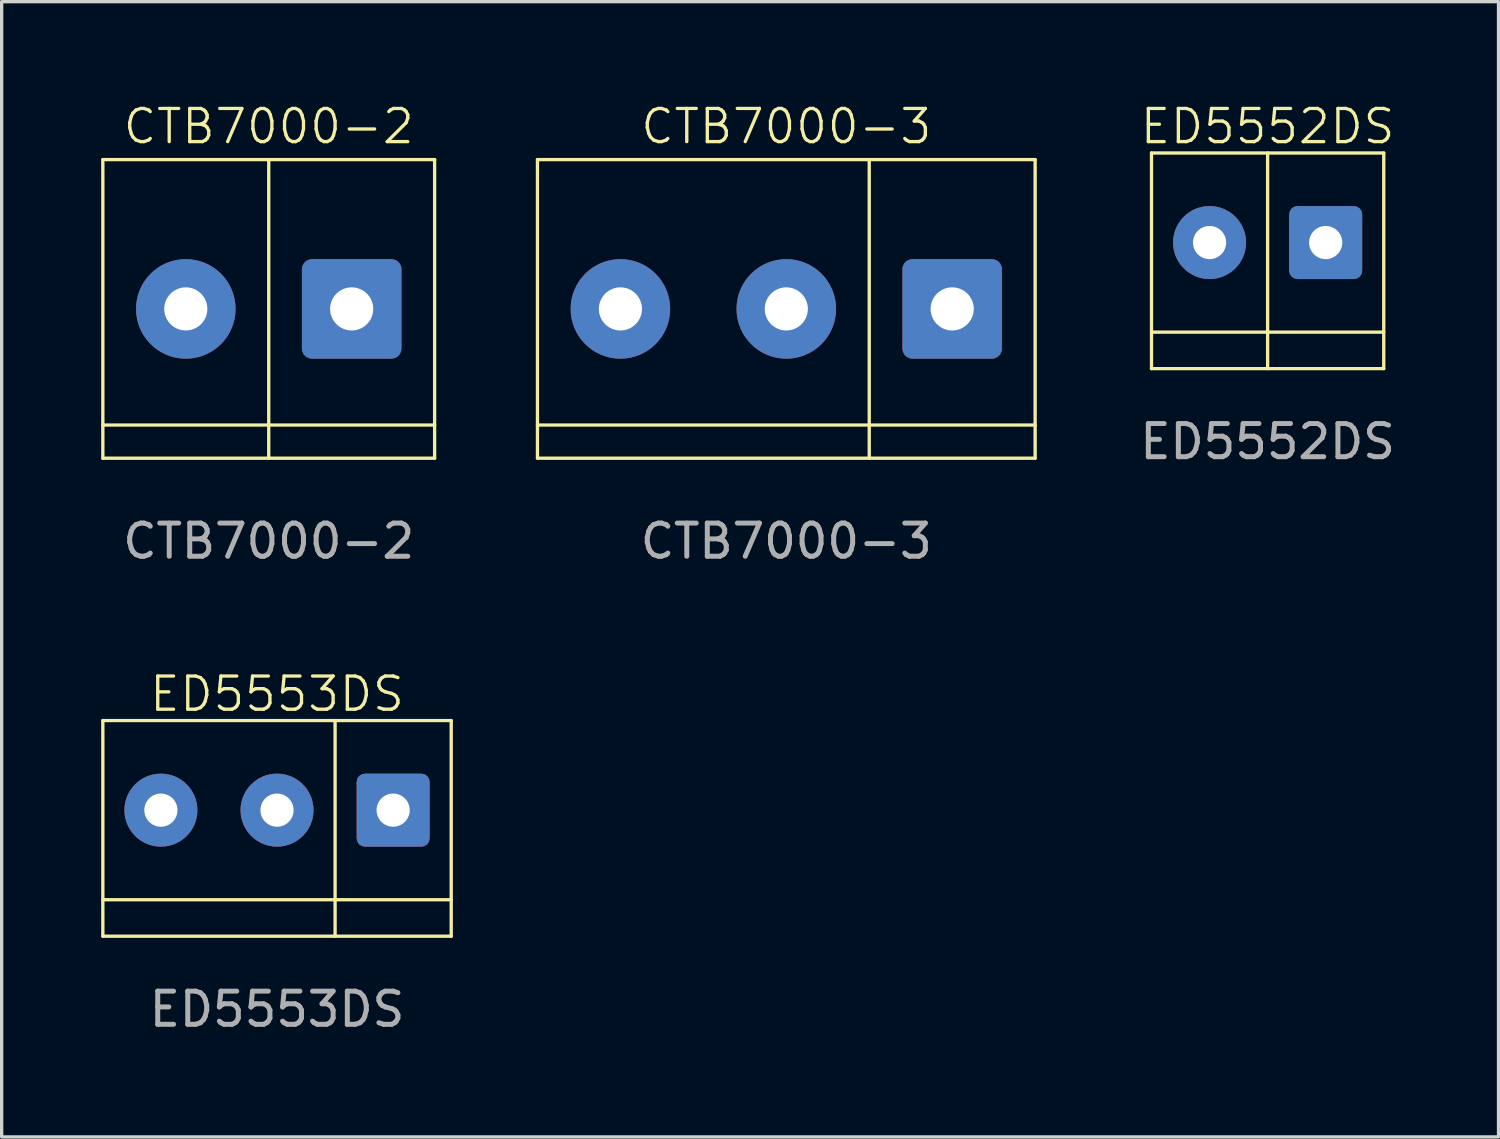
<source format=kicad_pcb>
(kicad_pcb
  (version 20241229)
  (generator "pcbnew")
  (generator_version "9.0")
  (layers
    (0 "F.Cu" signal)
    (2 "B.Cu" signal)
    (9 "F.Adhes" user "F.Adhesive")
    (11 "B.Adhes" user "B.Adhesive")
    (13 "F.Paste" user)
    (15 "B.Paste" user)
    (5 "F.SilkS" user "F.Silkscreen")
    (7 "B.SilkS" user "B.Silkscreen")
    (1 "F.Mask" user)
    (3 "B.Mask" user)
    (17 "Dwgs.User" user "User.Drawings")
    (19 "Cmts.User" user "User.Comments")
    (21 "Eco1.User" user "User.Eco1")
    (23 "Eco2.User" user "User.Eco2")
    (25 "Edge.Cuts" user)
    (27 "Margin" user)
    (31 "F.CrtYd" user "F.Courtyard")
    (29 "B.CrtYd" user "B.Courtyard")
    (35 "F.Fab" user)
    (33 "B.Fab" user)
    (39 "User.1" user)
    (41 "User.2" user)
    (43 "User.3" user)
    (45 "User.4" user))
  (footprint "CTB7000-2"
    (layer "F.Cu")
    (at 5.05 6.261)
    (property "Reference" "CTB7000-2" (at 0 -5.5 0) (unlocked yes) (layer "F.SilkS") (effects (font (size 1 1) (thickness 0.1))))
    (attr through_hole)
    (fp_line (start -5 -4.5) (end -5 4.5) (stroke (width 0.1) (type default)) (layer "F.SilkS"))
    (fp_line (start -5 -4.5) (end 5 -4.5) (stroke (width 0.1) (type default)) (layer "F.SilkS"))
    (fp_line (start -5 3.5) (end 5 3.5) (stroke (width 0.1) (type default)) (layer "F.SilkS"))
    (fp_line (start -5 4.5) (end 5 4.5) (stroke (width 0.1) (type default)) (layer "F.SilkS"))
    (fp_line (start 0 -4.5) (end 0 4.5) (stroke (width 0.1) (type default)) (layer "F.SilkS"))
    (fp_line (start 5 -4.5) (end 5 4.5) (stroke (width 0.1) (type default)) (layer "F.SilkS"))
    (fp_text user "${REFERENCE}" (at 0 7 0) (unlocked yes) (layer "F.Fab") (effects (font (size 1 1) (thickness 0.15))))
    (pad "1" thru_hole roundrect (at 2.5 0) (size 3 3) (drill 1.3) (layers "*.Cu" "*.Mask") (roundrect_rratio 0.1))
    (pad "2" thru_hole circle (at -2.5 0) (size 3 3) (drill 1.3) (layers "*.Cu" "*.Mask")))
  (footprint "ED5552DS"
    (layer "F.Cu")
    (at 35.158 4.261)
    (property "Reference" "ED5552DS" (at 0 -3.5 0) (unlocked yes) (layer "F.SilkS") (effects (font (size 1 1) (thickness 0.1))))
    (attr through_hole)
    (fp_line (start -3.5 2.7) (end 3.5 2.7) (stroke (width 0.1) (type default)) (layer "F.SilkS"))
    (fp_line (start -3.5 3.8) (end -3.5 -2.7) (stroke (width 0.1) (type default)) (layer "F.SilkS"))
    (fp_line (start -3.5 3.8) (end 3.5 3.8) (stroke (width 0.1) (type default)) (layer "F.SilkS"))
    (fp_line (start 0 -2.7) (end 0 3.8) (stroke (width 0.1) (type default)) (layer "F.SilkS"))
    (fp_line (start 3.5 -2.7) (end -3.5 -2.7) (stroke (width 0.1) (type default)) (layer "F.SilkS"))
    (fp_line (start 3.5 3.8) (end 3.5 -2.7) (stroke (width 0.1) (type default)) (layer "F.SilkS"))
    (fp_text user "${REFERENCE}" (at 0 6 0) (unlocked yes) (layer "F.Fab") (effects (font (size 1 1) (thickness 0.15))))
    (pad "1" thru_hole roundrect (at 1.75 0) (size 2.2 2.2) (drill 1) (layers "*.Cu" "*.Mask") (roundrect_rratio 0.114))
    (pad "2" thru_hole circle (at -1.75 0) (size 2.2 2.2) (drill 1) (layers "*.Cu" "*.Mask")))
  (footprint "ED5553DS"
    (layer "F.Cu")
    (at 5.3 21.369)
    (property "Reference" "ED5553DS" (at 0 -3.5 0) (unlocked yes) (layer "F.SilkS") (effects (font (size 1 1) (thickness 0.1))))
    (attr through_hole)
    (fp_line (start -5.25 2.7) (end 5.25 2.7) (stroke (width 0.1) (type default)) (layer "F.SilkS"))
    (fp_line (start -5.25 3.8) (end -5.25 -2.7) (stroke (width 0.1) (type default)) (layer "F.SilkS"))
    (fp_line (start -5.25 3.8) (end 5.25 3.8) (stroke (width 0.1) (type default)) (layer "F.SilkS"))
    (fp_line (start 1.75 -2.7) (end 1.75 3.8) (stroke (width 0.1) (type default)) (layer "F.SilkS"))
    (fp_line (start 5.25 -2.7) (end -5.25 -2.7) (stroke (width 0.1) (type default)) (layer "F.SilkS"))
    (fp_line (start 5.25 3.8) (end 5.25 -2.7) (stroke (width 0.1) (type default)) (layer "F.SilkS"))
    (fp_text user "${REFERENCE}" (at 0 6 0) (unlocked yes) (layer "F.Fab") (effects (font (size 1 1) (thickness 0.15))))
    (pad "1" thru_hole roundrect (at 3.5 0) (size 2.2 2.2) (drill 1) (layers "*.Cu" "*.Mask") (roundrect_rratio 0.114))
    (pad "2" thru_hole circle (at 0 0) (size 2.2 2.2) (drill 1) (layers "*.Cu" "*.Mask"))
    (pad "3" thru_hole circle (at -3.5 0) (size 2.2 2.2) (drill 1) (layers "*.Cu" "*.Mask")))
  (footprint "CTB7000-3"
    (layer "F.Cu")
    (at 20.65 6.261)
    (property "Reference" "CTB7000-3" (at 0 -5.5 0) (unlocked yes) (layer "F.SilkS") (effects (font (size 1 1) (thickness 0.1))))
    (attr through_hole)
    (fp_line (start -7.5 -4.5) (end -7.5 4.5) (stroke (width 0.1) (type default)) (layer "F.SilkS"))
    (fp_line (start -7.5 -4.5) (end 7.5 -4.5) (stroke (width 0.1) (type default)) (layer "F.SilkS"))
    (fp_line (start -7.5 3.5) (end 7.5 3.5) (stroke (width 0.1) (type default)) (layer "F.SilkS"))
    (fp_line (start -7.5 4.5) (end 7.5 4.5) (stroke (width 0.1) (type default)) (layer "F.SilkS"))
    (fp_line (start 2.5 -4.5) (end 2.5 4.5) (stroke (width 0.1) (type default)) (layer "F.SilkS"))
    (fp_line (start 7.5 -4.5) (end 7.5 4.5) (stroke (width 0.1) (type default)) (layer "F.SilkS"))
    (fp_text user "${REFERENCE}" (at 0 7 0) (unlocked yes) (layer "F.Fab") (effects (font (size 1 1) (thickness 0.15))))
    (pad "1" thru_hole roundrect (at 5 0) (size 3 3) (drill 1.3) (layers "*.Cu" "*.Mask") (roundrect_rratio 0.1))
    (pad "2" thru_hole circle (at 0 0) (size 3 3) (drill 1.3) (layers "*.Cu" "*.Mask"))
    (pad "3" thru_hole circle (at -5 0) (size 3 3) (drill 1.3) (layers "*.Cu" "*.Mask")))
  (gr_rect
    (start -3 -3)
    (end 42.117 31.218)
    (stroke (width 0.1) (type default))
    (fill no)
    (layer "Edge.Cuts")))
</source>
